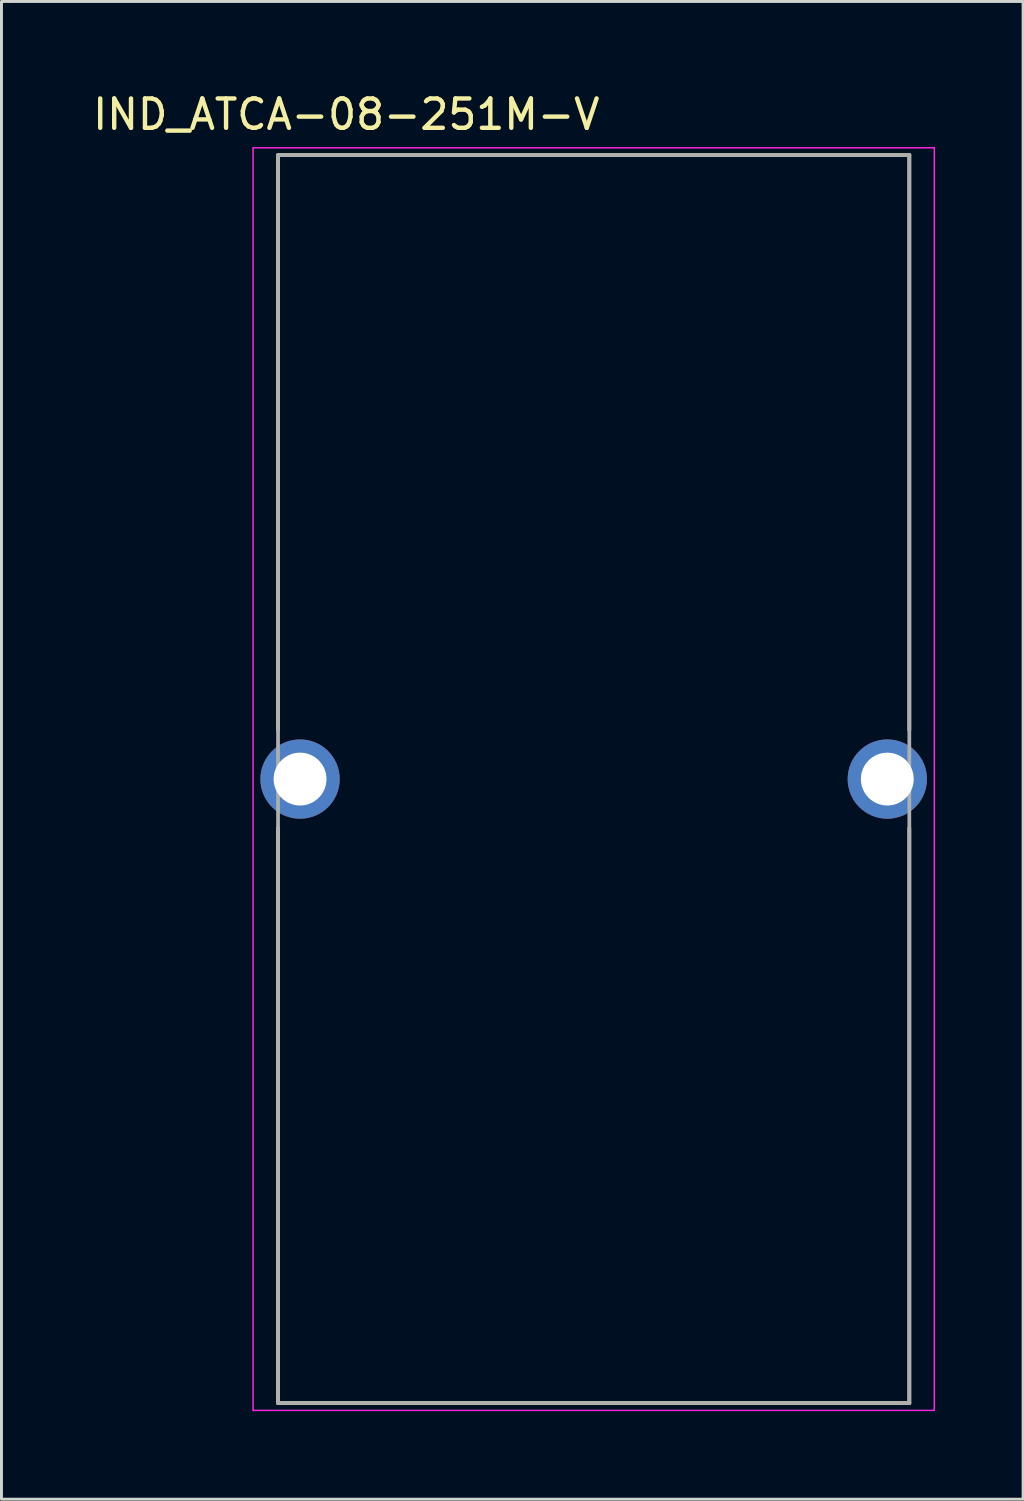
<source format=kicad_pcb>
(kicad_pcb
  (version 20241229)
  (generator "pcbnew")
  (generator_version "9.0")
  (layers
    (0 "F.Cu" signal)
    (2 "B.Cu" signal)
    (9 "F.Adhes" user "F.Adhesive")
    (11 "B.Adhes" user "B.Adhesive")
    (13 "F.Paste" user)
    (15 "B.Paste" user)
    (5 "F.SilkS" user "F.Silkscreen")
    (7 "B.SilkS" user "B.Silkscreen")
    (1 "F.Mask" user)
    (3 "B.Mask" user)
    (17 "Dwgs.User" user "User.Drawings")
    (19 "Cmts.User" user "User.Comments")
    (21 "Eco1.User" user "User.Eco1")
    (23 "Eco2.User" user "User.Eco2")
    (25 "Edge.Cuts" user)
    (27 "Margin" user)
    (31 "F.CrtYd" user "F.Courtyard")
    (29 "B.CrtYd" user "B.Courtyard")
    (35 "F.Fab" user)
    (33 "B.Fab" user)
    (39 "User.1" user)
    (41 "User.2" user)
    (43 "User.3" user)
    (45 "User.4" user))
  (footprint "IND_ATCA-08-251M-V"
    (layer "F.Cu")
    (at 17.169 23.483)
    (property "Reference" "IND_ATCA-08-251M-V" (at -8.425 -22.635 0) (layer "F.SilkS") (effects (font (size 1 1) (thickness 0.15))))
    (attr through_hole)
    (fp_line (start -10.75 -21.25) (end 10.75 -21.25) (stroke (width 0.127) (type solid)) (layer "F.SilkS"))
    (fp_line (start -10.75 -1.67) (end -10.75 -21.25) (stroke (width 0.127) (type solid)) (layer "F.SilkS"))
    (fp_line (start -10.75 21.25) (end -10.75 1.67) (stroke (width 0.127) (type solid)) (layer "F.SilkS"))
    (fp_line (start 10.75 -21.25) (end 10.75 -1.67) (stroke (width 0.127) (type solid)) (layer "F.SilkS"))
    (fp_line (start 10.75 21.25) (end -10.75 21.25) (stroke (width 0.127) (type solid)) (layer "F.SilkS"))
    (fp_line (start 10.75 21.25) (end 10.75 1.67) (stroke (width 0.127) (type solid)) (layer "F.SilkS"))
    (fp_line (start -11.6 -21.5) (end -11.6 21.5) (stroke (width 0.05) (type solid)) (layer "F.CrtYd"))
    (fp_line (start -11.6 21.5) (end 11.6 21.5) (stroke (width 0.05) (type solid)) (layer "F.CrtYd"))
    (fp_line (start 11.6 -21.5) (end -11.6 -21.5) (stroke (width 0.05) (type solid)) (layer "F.CrtYd"))
    (fp_line (start 11.6 21.5) (end 11.6 -21.5) (stroke (width 0.05) (type solid)) (layer "F.CrtYd"))
    (fp_line (start -10.75 -21.25) (end 10.75 -21.25) (stroke (width 0.127) (type solid)) (layer "F.Fab"))
    (fp_line (start -10.75 21.25) (end -10.75 -21.25) (stroke (width 0.127) (type solid)) (layer "F.Fab"))
    (fp_line (start 10.75 -21.25) (end 10.75 21.25) (stroke (width 0.127) (type solid)) (layer "F.Fab"))
    (fp_line (start 10.75 21.25) (end -10.75 21.25) (stroke (width 0.127) (type solid)) (layer "F.Fab"))
    (pad "1" thru_hole circle (at -10 0) (size 2.7 2.7) (drill 1.8) (layers "*.Cu" "*.Mask"))
    (pad "2" thru_hole circle (at 10 0) (size 2.7 2.7) (drill 1.8) (layers "*.Cu" "*.Mask")))
  (gr_rect
    (start -3 -3)
    (end 31.794 48.008)
    (stroke (width 0.1) (type default))
    (fill no)
    (layer "Edge.Cuts")))
</source>
